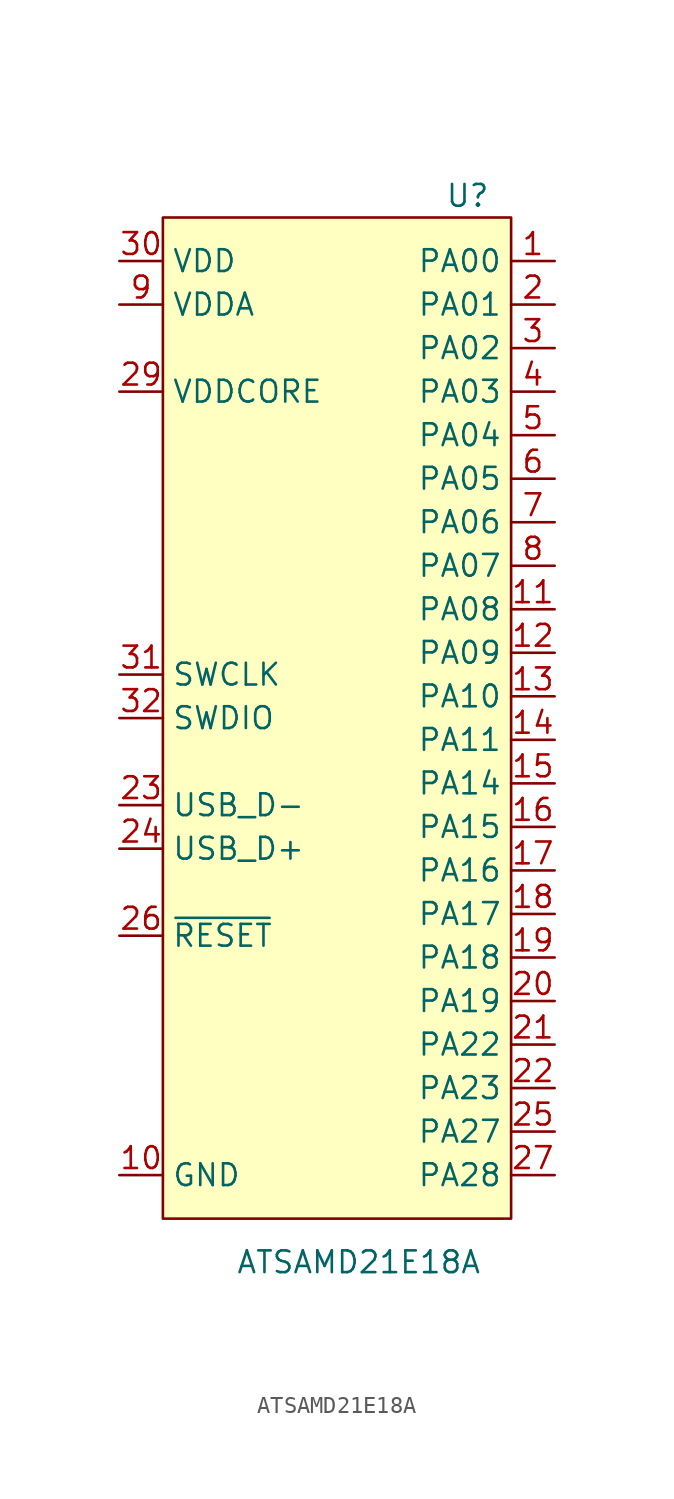
<source format=kicad_sym>
(kicad_symbol_lib
  (version 20201005)
  (generator kicad_symbol_editor)
  (symbol "ATSAMD21:ATSAMD21E18A"
    (property "Reference" "U"
      (at 7.62 30.48 0)
      (effects (font (size 1.27 1.27))))
    (property "Value" "ATSAMD21E18A"
      (at 1.27 -31.75 0)
      (effects (font (size 1.27 1.27))))
    (symbol "ATSAMD21E18A_0_1"
      (rectangle (start -10.16 29.21) (end 10.16 -29.21) (stroke (width 0)) (fill (type background))))
    (symbol "ATSAMD21E18A_1_1"
      (pin bidirectional line (at 12.7 26.67 180) (length 2.54) (name "PA00" (effects (font (size 1.27 1.27)))) (number "1" (effects (font (size 1.27 1.27)))))
      (pin power_in line (at -12.7 -26.67 0) (length 2.54) (name "GND" (effects (font (size 1.27 1.27)))) (number "10" (effects (font (size 1.27 1.27)))))
      (pin bidirectional line (at 12.7 6.35 180) (length 2.54) (name "PA08" (effects (font (size 1.27 1.27)))) (number "11" (effects (font (size 1.27 1.27)))))
      (pin bidirectional line (at 12.7 3.81 180) (length 2.54) (name "PA09" (effects (font (size 1.27 1.27)))) (number "12" (effects (font (size 1.27 1.27)))))
      (pin bidirectional line (at 12.7 1.27 180) (length 2.54) (name "PA10" (effects (font (size 1.27 1.27)))) (number "13" (effects (font (size 1.27 1.27)))))
      (pin bidirectional line (at 12.7 -1.27 180) (length 2.54) (name "PA11" (effects (font (size 1.27 1.27)))) (number "14" (effects (font (size 1.27 1.27)))))
      (pin bidirectional line (at 12.7 -3.81 180) (length 2.54) (name "PA14" (effects (font (size 1.27 1.27)))) (number "15" (effects (font (size 1.27 1.27)))))
      (pin bidirectional line (at 12.7 -6.35 180) (length 2.54) (name "PA15" (effects (font (size 1.27 1.27)))) (number "16" (effects (font (size 1.27 1.27)))))
      (pin bidirectional line (at 12.7 -8.89 180) (length 2.54) (name "PA16" (effects (font (size 1.27 1.27)))) (number "17" (effects (font (size 1.27 1.27)))))
      (pin bidirectional line (at 12.7 -11.43 180) (length 2.54) (name "PA17" (effects (font (size 1.27 1.27)))) (number "18" (effects (font (size 1.27 1.27)))))
      (pin bidirectional line (at 12.7 -13.97 180) (length 2.54) (name "PA18" (effects (font (size 1.27 1.27)))) (number "19" (effects (font (size 1.27 1.27)))))
      (pin bidirectional line (at 12.7 24.13 180) (length 2.54) (name "PA01" (effects (font (size 1.27 1.27)))) (number "2" (effects (font (size 1.27 1.27)))))
      (pin bidirectional line (at 12.7 -16.51 180) (length 2.54) (name "PA19" (effects (font (size 1.27 1.27)))) (number "20" (effects (font (size 1.27 1.27)))))
      (pin bidirectional line (at 12.7 -19.05 180) (length 2.54) (name "PA22" (effects (font (size 1.27 1.27)))) (number "21" (effects (font (size 1.27 1.27)))))
      (pin bidirectional line (at 12.7 -21.59 180) (length 2.54) (name "PA23" (effects (font (size 1.27 1.27)))) (number "22" (effects (font (size 1.27 1.27)))))
      (pin bidirectional line (at -12.7 -5.08 0) (length 2.54) (name "USB_D-" (effects (font (size 1.27 1.27)))) (number "23" (effects (font (size 1.27 1.27)))))
      (pin bidirectional line (at -12.7 -7.62 0) (length 2.54) (name "USB_D+" (effects (font (size 1.27 1.27)))) (number "24" (effects (font (size 1.27 1.27)))))
      (pin bidirectional line (at 12.7 -24.13 180) (length 2.54) (name "PA27" (effects (font (size 1.27 1.27)))) (number "25" (effects (font (size 1.27 1.27)))))
      (pin input line (at -12.7 -12.7 0) (length 2.54) (name "~RESET~" (effects (font (size 1.27 1.27)))) (number "26" (effects (font (size 1.27 1.27)))))
      (pin bidirectional line (at 12.7 -26.67 180) (length 2.54) (name "PA28" (effects (font (size 1.27 1.27)))) (number "27" (effects (font (size 1.27 1.27)))))
      (pin passive line (at -12.7 -26.67 0) (length 2.54) hide (name "GND" (effects (font (size 1.27 1.27)))) (number "28" (effects (font (size 1.27 1.27)))))
      (pin power_out line (at -12.7 19.05 0) (length 2.54) (name "VDDCORE" (effects (font (size 1.27 1.27)))) (number "29" (effects (font (size 1.27 1.27)))))
      (pin bidirectional line (at 12.7 21.59 180) (length 2.54) (name "PA02" (effects (font (size 1.27 1.27)))) (number "3" (effects (font (size 1.27 1.27)))))
      (pin power_in line (at -12.7 26.67 0) (length 2.54) (name "VDD" (effects (font (size 1.27 1.27)))) (number "30" (effects (font (size 1.27 1.27)))))
      (pin input line (at -12.7 2.54 0) (length 2.54) (name "SWCLK" (effects (font (size 1.27 1.27)))) (number "31" (effects (font (size 1.27 1.27)))))
      (pin bidirectional line (at -12.7 0 0) (length 2.54) (name "SWDIO" (effects (font (size 1.27 1.27)))) (number "32" (effects (font (size 1.27 1.27)))))
      (pin bidirectional line (at 12.7 19.05 180) (length 2.54) (name "PA03" (effects (font (size 1.27 1.27)))) (number "4" (effects (font (size 1.27 1.27)))))
      (pin bidirectional line (at 12.7 16.51 180) (length 2.54) (name "PA04" (effects (font (size 1.27 1.27)))) (number "5" (effects (font (size 1.27 1.27)))))
      (pin bidirectional line (at 12.7 13.97 180) (length 2.54) (name "PA05" (effects (font (size 1.27 1.27)))) (number "6" (effects (font (size 1.27 1.27)))))
      (pin bidirectional line (at 12.7 11.43 180) (length 2.54) (name "PA06" (effects (font (size 1.27 1.27)))) (number "7" (effects (font (size 1.27 1.27)))))
      (pin bidirectional line (at 12.7 8.89 180) (length 2.54) (name "PA07" (effects (font (size 1.27 1.27)))) (number "8" (effects (font (size 1.27 1.27)))))
      (pin power_in line (at -12.7 24.13 0) (length 2.54) (name "VDDA" (effects (font (size 1.27 1.27)))) (number "9" (effects (font (size 1.27 1.27))))))))
</source>
